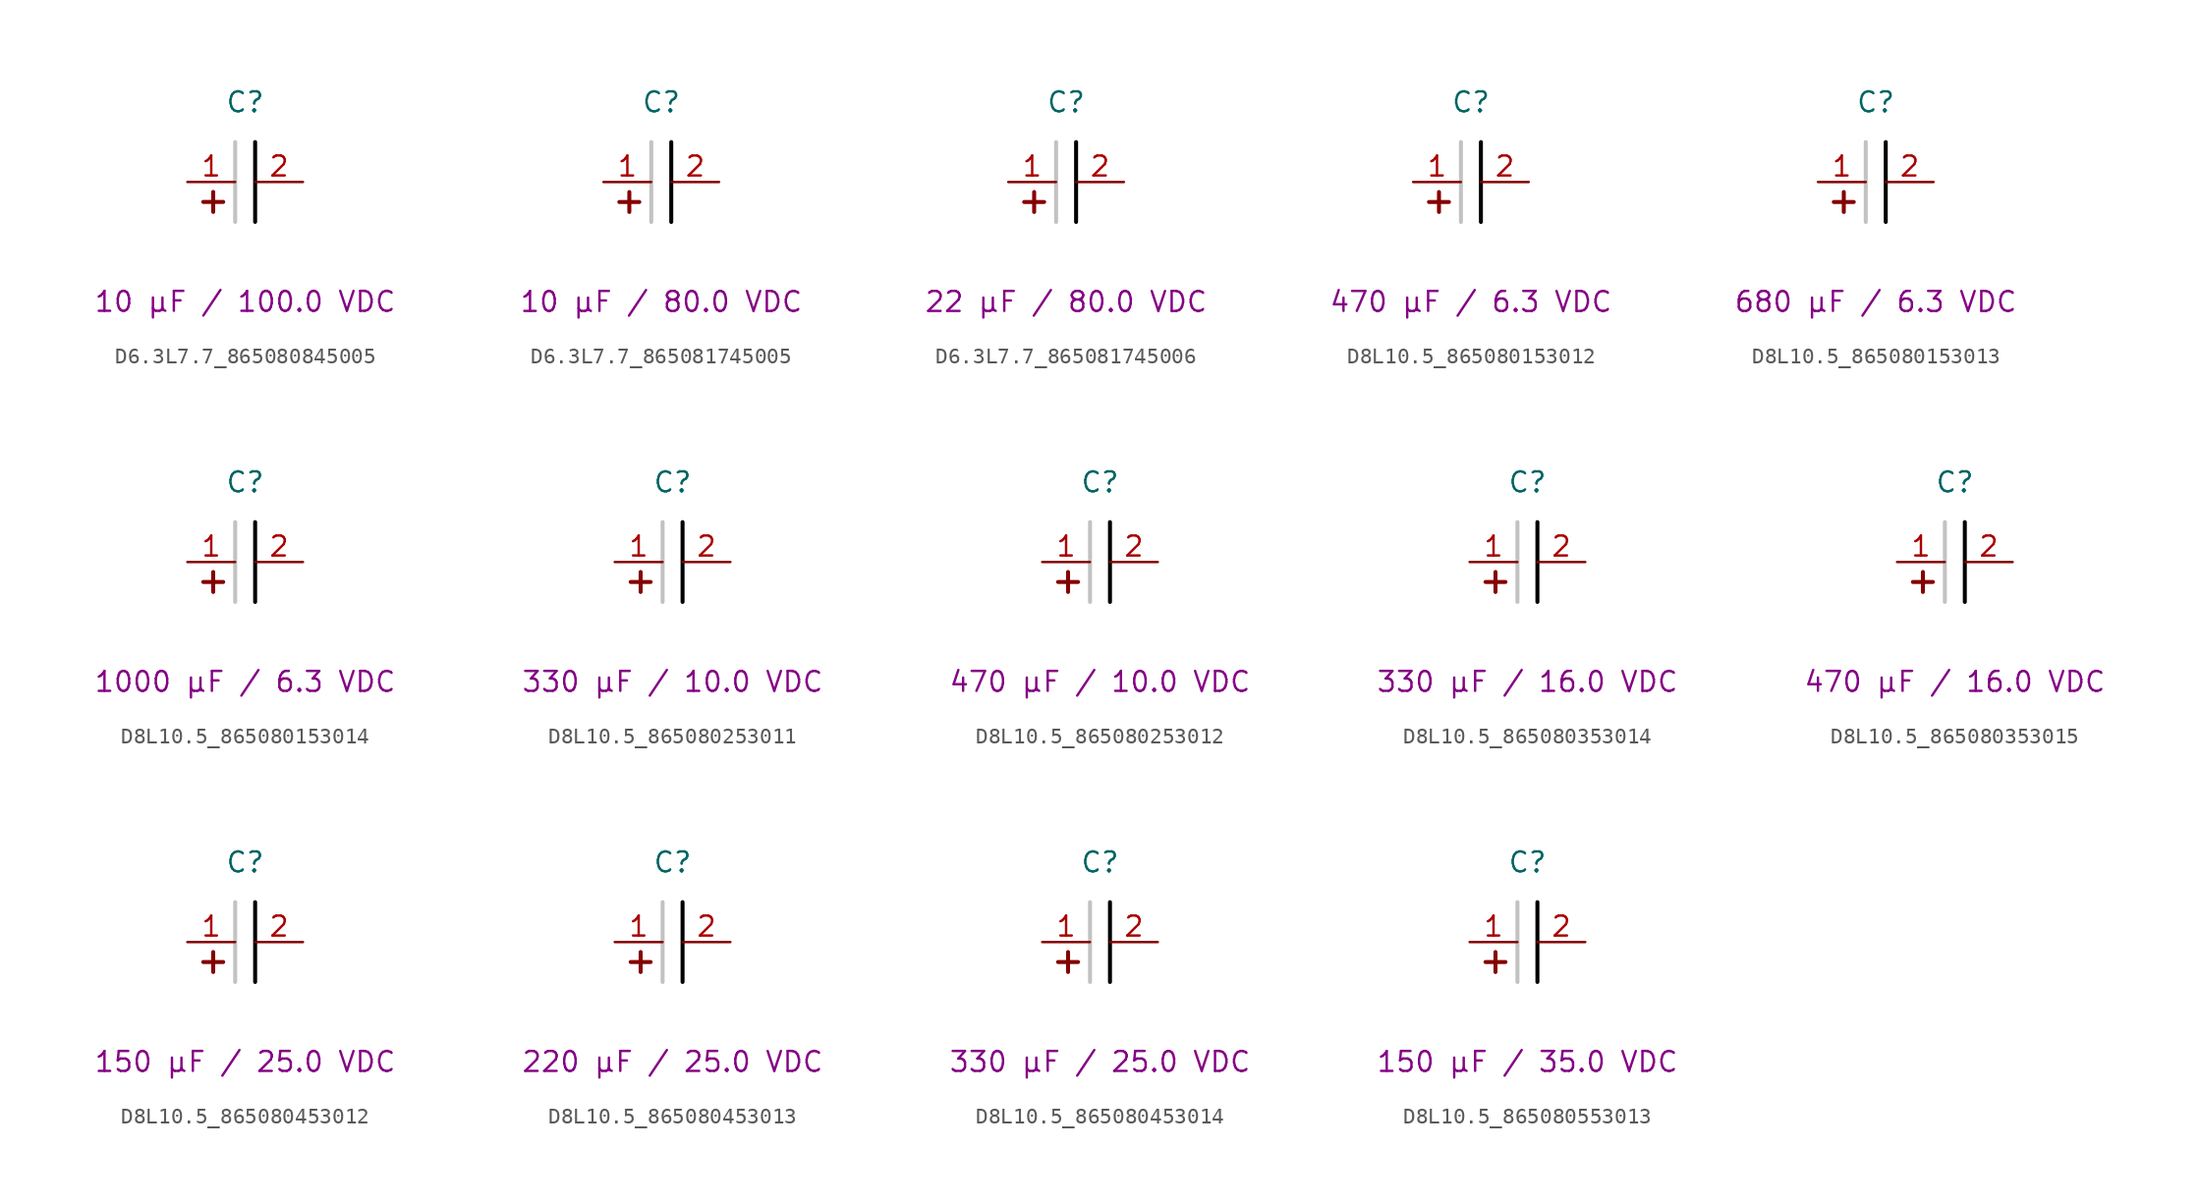
<source format=kicad_sym>
(kicad_symbol_lib
  (version 20220914)
  (generator kicad_symbol_editor)
  (symbol "D6.3L7.7_865080845005"
    (pin_names hide)
    (property "Reference" "C"
      (at 0 5.08 0)
      (effects (font (size 1.27 1.27))))
    (property "Critical Parameter" "10 µF / 100.0 VDC"
      (at 0 -7.62 0)
      (effects (font (size 1.27 1.27))))
    (symbol "D6.3L7.7_865080845005_1_1"
      (polyline (pts (xy -2.667 -1.27) (xy -1.397 -1.27)) (stroke (width 0.254) (type default)) (fill (type none)))
      (polyline (pts (xy -2.032 -0.635) (xy -2.032 -1.905)) (stroke (width 0.254) (type default)) (fill (type none)))
      (polyline (pts (xy -0.635 2.54) (xy -0.635 -2.54)) (stroke (width 0.254) (type default) (color 194 194 194 1)) (fill (type none)))
      (polyline (pts (xy 0.635 2.54) (xy 0.635 -2.54)) (stroke (width 0.254) (type default) (color 0 0 0 1)) (fill (type none)))
      (pin passive line (at -3.679 0 0) (length 3.044) (name "1" (effects (font (size 1.27 1.27)))) (number "1" (effects (font (size 1.27 1.27)))))
      (pin passive line (at 3.679 0 180) (length 3.044) (name "2" (effects (font (size 1.27 1.27)))) (number "2" (effects (font (size 1.27 1.27)))))))
  (symbol "D6.3L7.7_865081745005"
    (pin_names hide)
    (property "Reference" "C"
      (at 0 5.08 0)
      (effects (font (size 1.27 1.27))))
    (property "Critical Parameter" "10 µF / 80.0 VDC"
      (at 0 -7.62 0)
      (effects (font (size 1.27 1.27))))
    (symbol "D6.3L7.7_865081745005_1_1"
      (polyline (pts (xy -2.667 -1.27) (xy -1.397 -1.27)) (stroke (width 0.254) (type default)) (fill (type none)))
      (polyline (pts (xy -2.032 -0.635) (xy -2.032 -1.905)) (stroke (width 0.254) (type default)) (fill (type none)))
      (polyline (pts (xy -0.635 2.54) (xy -0.635 -2.54)) (stroke (width 0.254) (type default) (color 194 194 194 1)) (fill (type none)))
      (polyline (pts (xy 0.635 2.54) (xy 0.635 -2.54)) (stroke (width 0.254) (type default) (color 0 0 0 1)) (fill (type none)))
      (pin passive line (at -3.679 0 0) (length 3.044) (name "1" (effects (font (size 1.27 1.27)))) (number "1" (effects (font (size 1.27 1.27)))))
      (pin passive line (at 3.679 0 180) (length 3.044) (name "2" (effects (font (size 1.27 1.27)))) (number "2" (effects (font (size 1.27 1.27)))))))
  (symbol "D6.3L7.7_865081745006"
    (pin_names hide)
    (property "Reference" "C"
      (at 0 5.08 0)
      (effects (font (size 1.27 1.27))))
    (property "Critical Parameter" "22 µF / 80.0 VDC"
      (at 0 -7.62 0)
      (effects (font (size 1.27 1.27))))
    (symbol "D6.3L7.7_865081745006_1_1"
      (polyline (pts (xy -2.667 -1.27) (xy -1.397 -1.27)) (stroke (width 0.254) (type default)) (fill (type none)))
      (polyline (pts (xy -2.032 -0.635) (xy -2.032 -1.905)) (stroke (width 0.254) (type default)) (fill (type none)))
      (polyline (pts (xy -0.635 2.54) (xy -0.635 -2.54)) (stroke (width 0.254) (type default) (color 194 194 194 1)) (fill (type none)))
      (polyline (pts (xy 0.635 2.54) (xy 0.635 -2.54)) (stroke (width 0.254) (type default) (color 0 0 0 1)) (fill (type none)))
      (pin passive line (at -3.679 0 0) (length 3.044) (name "1" (effects (font (size 1.27 1.27)))) (number "1" (effects (font (size 1.27 1.27)))))
      (pin passive line (at 3.679 0 180) (length 3.044) (name "2" (effects (font (size 1.27 1.27)))) (number "2" (effects (font (size 1.27 1.27)))))))
  (symbol "D8L10.5_865080153012"
    (pin_names hide)
    (property "Reference" "C"
      (at 0 5.08 0)
      (effects (font (size 1.27 1.27))))
    (property "Critical Parameter" "470 µF / 6.3 VDC"
      (at 0 -7.62 0)
      (effects (font (size 1.27 1.27))))
    (symbol "D8L10.5_865080153012_1_1"
      (polyline (pts (xy -2.667 -1.27) (xy -1.397 -1.27)) (stroke (width 0.254) (type default)) (fill (type none)))
      (polyline (pts (xy -2.032 -0.635) (xy -2.032 -1.905)) (stroke (width 0.254) (type default)) (fill (type none)))
      (polyline (pts (xy -0.635 2.54) (xy -0.635 -2.54)) (stroke (width 0.254) (type default) (color 194 194 194 1)) (fill (type none)))
      (polyline (pts (xy 0.635 2.54) (xy 0.635 -2.54)) (stroke (width 0.254) (type default) (color 0 0 0 1)) (fill (type none)))
      (pin passive line (at -3.679 0 0) (length 3.044) (name "1" (effects (font (size 1.27 1.27)))) (number "1" (effects (font (size 1.27 1.27)))))
      (pin passive line (at 3.679 0 180) (length 3.044) (name "2" (effects (font (size 1.27 1.27)))) (number "2" (effects (font (size 1.27 1.27)))))))
  (symbol "D8L10.5_865080153013"
    (pin_names hide)
    (property "Reference" "C"
      (at 0 5.08 0)
      (effects (font (size 1.27 1.27))))
    (property "Critical Parameter" "680 µF / 6.3 VDC"
      (at 0 -7.62 0)
      (effects (font (size 1.27 1.27))))
    (symbol "D8L10.5_865080153013_1_1"
      (polyline (pts (xy -2.667 -1.27) (xy -1.397 -1.27)) (stroke (width 0.254) (type default)) (fill (type none)))
      (polyline (pts (xy -2.032 -0.635) (xy -2.032 -1.905)) (stroke (width 0.254) (type default)) (fill (type none)))
      (polyline (pts (xy -0.635 2.54) (xy -0.635 -2.54)) (stroke (width 0.254) (type default) (color 194 194 194 1)) (fill (type none)))
      (polyline (pts (xy 0.635 2.54) (xy 0.635 -2.54)) (stroke (width 0.254) (type default) (color 0 0 0 1)) (fill (type none)))
      (pin passive line (at -3.679 0 0) (length 3.044) (name "1" (effects (font (size 1.27 1.27)))) (number "1" (effects (font (size 1.27 1.27)))))
      (pin passive line (at 3.679 0 180) (length 3.044) (name "2" (effects (font (size 1.27 1.27)))) (number "2" (effects (font (size 1.27 1.27)))))))
  (symbol "D8L10.5_865080153014"
    (pin_names hide)
    (property "Reference" "C"
      (at 0 5.08 0)
      (effects (font (size 1.27 1.27))))
    (property "Critical Parameter" "1000 µF / 6.3 VDC"
      (at 0 -7.62 0)
      (effects (font (size 1.27 1.27))))
    (symbol "D8L10.5_865080153014_1_1"
      (polyline (pts (xy -2.667 -1.27) (xy -1.397 -1.27)) (stroke (width 0.254) (type default)) (fill (type none)))
      (polyline (pts (xy -2.032 -0.635) (xy -2.032 -1.905)) (stroke (width 0.254) (type default)) (fill (type none)))
      (polyline (pts (xy -0.635 2.54) (xy -0.635 -2.54)) (stroke (width 0.254) (type default) (color 194 194 194 1)) (fill (type none)))
      (polyline (pts (xy 0.635 2.54) (xy 0.635 -2.54)) (stroke (width 0.254) (type default) (color 0 0 0 1)) (fill (type none)))
      (pin passive line (at -3.679 0 0) (length 3.044) (name "1" (effects (font (size 1.27 1.27)))) (number "1" (effects (font (size 1.27 1.27)))))
      (pin passive line (at 3.679 0 180) (length 3.044) (name "2" (effects (font (size 1.27 1.27)))) (number "2" (effects (font (size 1.27 1.27)))))))
  (symbol "D8L10.5_865080253011"
    (pin_names hide)
    (property "Reference" "C"
      (at 0 5.08 0)
      (effects (font (size 1.27 1.27))))
    (property "Critical Parameter" "330 µF / 10.0 VDC"
      (at 0 -7.62 0)
      (effects (font (size 1.27 1.27))))
    (symbol "D8L10.5_865080253011_1_1"
      (polyline (pts (xy -2.667 -1.27) (xy -1.397 -1.27)) (stroke (width 0.254) (type default)) (fill (type none)))
      (polyline (pts (xy -2.032 -0.635) (xy -2.032 -1.905)) (stroke (width 0.254) (type default)) (fill (type none)))
      (polyline (pts (xy -0.635 2.54) (xy -0.635 -2.54)) (stroke (width 0.254) (type default) (color 194 194 194 1)) (fill (type none)))
      (polyline (pts (xy 0.635 2.54) (xy 0.635 -2.54)) (stroke (width 0.254) (type default) (color 0 0 0 1)) (fill (type none)))
      (pin passive line (at -3.679 0 0) (length 3.044) (name "1" (effects (font (size 1.27 1.27)))) (number "1" (effects (font (size 1.27 1.27)))))
      (pin passive line (at 3.679 0 180) (length 3.044) (name "2" (effects (font (size 1.27 1.27)))) (number "2" (effects (font (size 1.27 1.27)))))))
  (symbol "D8L10.5_865080253012"
    (pin_names hide)
    (property "Reference" "C"
      (at 0 5.08 0)
      (effects (font (size 1.27 1.27))))
    (property "Critical Parameter" "470 µF / 10.0 VDC"
      (at 0 -7.62 0)
      (effects (font (size 1.27 1.27))))
    (symbol "D8L10.5_865080253012_1_1"
      (polyline (pts (xy -2.667 -1.27) (xy -1.397 -1.27)) (stroke (width 0.254) (type default)) (fill (type none)))
      (polyline (pts (xy -2.032 -0.635) (xy -2.032 -1.905)) (stroke (width 0.254) (type default)) (fill (type none)))
      (polyline (pts (xy -0.635 2.54) (xy -0.635 -2.54)) (stroke (width 0.254) (type default) (color 194 194 194 1)) (fill (type none)))
      (polyline (pts (xy 0.635 2.54) (xy 0.635 -2.54)) (stroke (width 0.254) (type default) (color 0 0 0 1)) (fill (type none)))
      (pin passive line (at -3.679 0 0) (length 3.044) (name "1" (effects (font (size 1.27 1.27)))) (number "1" (effects (font (size 1.27 1.27)))))
      (pin passive line (at 3.679 0 180) (length 3.044) (name "2" (effects (font (size 1.27 1.27)))) (number "2" (effects (font (size 1.27 1.27)))))))
  (symbol "D8L10.5_865080353014"
    (pin_names hide)
    (property "Reference" "C"
      (at 0 5.08 0)
      (effects (font (size 1.27 1.27))))
    (property "Critical Parameter" "330 µF / 16.0 VDC"
      (at 0 -7.62 0)
      (effects (font (size 1.27 1.27))))
    (symbol "D8L10.5_865080353014_1_1"
      (polyline (pts (xy -2.667 -1.27) (xy -1.397 -1.27)) (stroke (width 0.254) (type default)) (fill (type none)))
      (polyline (pts (xy -2.032 -0.635) (xy -2.032 -1.905)) (stroke (width 0.254) (type default)) (fill (type none)))
      (polyline (pts (xy -0.635 2.54) (xy -0.635 -2.54)) (stroke (width 0.254) (type default) (color 194 194 194 1)) (fill (type none)))
      (polyline (pts (xy 0.635 2.54) (xy 0.635 -2.54)) (stroke (width 0.254) (type default) (color 0 0 0 1)) (fill (type none)))
      (pin passive line (at -3.679 0 0) (length 3.044) (name "1" (effects (font (size 1.27 1.27)))) (number "1" (effects (font (size 1.27 1.27)))))
      (pin passive line (at 3.679 0 180) (length 3.044) (name "2" (effects (font (size 1.27 1.27)))) (number "2" (effects (font (size 1.27 1.27)))))))
  (symbol "D8L10.5_865080353015"
    (pin_names hide)
    (property "Reference" "C"
      (at 0 5.08 0)
      (effects (font (size 1.27 1.27))))
    (property "Critical Parameter" "470 µF / 16.0 VDC"
      (at 0 -7.62 0)
      (effects (font (size 1.27 1.27))))
    (symbol "D8L10.5_865080353015_1_1"
      (polyline (pts (xy -2.667 -1.27) (xy -1.397 -1.27)) (stroke (width 0.254) (type default)) (fill (type none)))
      (polyline (pts (xy -2.032 -0.635) (xy -2.032 -1.905)) (stroke (width 0.254) (type default)) (fill (type none)))
      (polyline (pts (xy -0.635 2.54) (xy -0.635 -2.54)) (stroke (width 0.254) (type default) (color 194 194 194 1)) (fill (type none)))
      (polyline (pts (xy 0.635 2.54) (xy 0.635 -2.54)) (stroke (width 0.254) (type default) (color 0 0 0 1)) (fill (type none)))
      (pin passive line (at -3.679 0 0) (length 3.044) (name "1" (effects (font (size 1.27 1.27)))) (number "1" (effects (font (size 1.27 1.27)))))
      (pin passive line (at 3.679 0 180) (length 3.044) (name "2" (effects (font (size 1.27 1.27)))) (number "2" (effects (font (size 1.27 1.27)))))))
  (symbol "D8L10.5_865080453012"
    (pin_names hide)
    (property "Reference" "C"
      (at 0 5.08 0)
      (effects (font (size 1.27 1.27))))
    (property "Critical Parameter" "150 µF / 25.0 VDC"
      (at 0 -7.62 0)
      (effects (font (size 1.27 1.27))))
    (symbol "D8L10.5_865080453012_1_1"
      (polyline (pts (xy -2.667 -1.27) (xy -1.397 -1.27)) (stroke (width 0.254) (type default)) (fill (type none)))
      (polyline (pts (xy -2.032 -0.635) (xy -2.032 -1.905)) (stroke (width 0.254) (type default)) (fill (type none)))
      (polyline (pts (xy -0.635 2.54) (xy -0.635 -2.54)) (stroke (width 0.254) (type default) (color 194 194 194 1)) (fill (type none)))
      (polyline (pts (xy 0.635 2.54) (xy 0.635 -2.54)) (stroke (width 0.254) (type default) (color 0 0 0 1)) (fill (type none)))
      (pin passive line (at -3.679 0 0) (length 3.044) (name "1" (effects (font (size 1.27 1.27)))) (number "1" (effects (font (size 1.27 1.27)))))
      (pin passive line (at 3.679 0 180) (length 3.044) (name "2" (effects (font (size 1.27 1.27)))) (number "2" (effects (font (size 1.27 1.27)))))))
  (symbol "D8L10.5_865080453013"
    (pin_names hide)
    (property "Reference" "C"
      (at 0 5.08 0)
      (effects (font (size 1.27 1.27))))
    (property "Critical Parameter" "220 µF / 25.0 VDC"
      (at 0 -7.62 0)
      (effects (font (size 1.27 1.27))))
    (symbol "D8L10.5_865080453013_1_1"
      (polyline (pts (xy -2.667 -1.27) (xy -1.397 -1.27)) (stroke (width 0.254) (type default)) (fill (type none)))
      (polyline (pts (xy -2.032 -0.635) (xy -2.032 -1.905)) (stroke (width 0.254) (type default)) (fill (type none)))
      (polyline (pts (xy -0.635 2.54) (xy -0.635 -2.54)) (stroke (width 0.254) (type default) (color 194 194 194 1)) (fill (type none)))
      (polyline (pts (xy 0.635 2.54) (xy 0.635 -2.54)) (stroke (width 0.254) (type default) (color 0 0 0 1)) (fill (type none)))
      (pin passive line (at -3.679 0 0) (length 3.044) (name "1" (effects (font (size 1.27 1.27)))) (number "1" (effects (font (size 1.27 1.27)))))
      (pin passive line (at 3.679 0 180) (length 3.044) (name "2" (effects (font (size 1.27 1.27)))) (number "2" (effects (font (size 1.27 1.27)))))))
  (symbol "D8L10.5_865080453014"
    (pin_names hide)
    (property "Reference" "C"
      (at 0 5.08 0)
      (effects (font (size 1.27 1.27))))
    (property "Critical Parameter" "330 µF / 25.0 VDC"
      (at 0 -7.62 0)
      (effects (font (size 1.27 1.27))))
    (symbol "D8L10.5_865080453014_1_1"
      (polyline (pts (xy -2.667 -1.27) (xy -1.397 -1.27)) (stroke (width 0.254) (type default)) (fill (type none)))
      (polyline (pts (xy -2.032 -0.635) (xy -2.032 -1.905)) (stroke (width 0.254) (type default)) (fill (type none)))
      (polyline (pts (xy -0.635 2.54) (xy -0.635 -2.54)) (stroke (width 0.254) (type default) (color 194 194 194 1)) (fill (type none)))
      (polyline (pts (xy 0.635 2.54) (xy 0.635 -2.54)) (stroke (width 0.254) (type default) (color 0 0 0 1)) (fill (type none)))
      (pin passive line (at -3.679 0 0) (length 3.044) (name "1" (effects (font (size 1.27 1.27)))) (number "1" (effects (font (size 1.27 1.27)))))
      (pin passive line (at 3.679 0 180) (length 3.044) (name "2" (effects (font (size 1.27 1.27)))) (number "2" (effects (font (size 1.27 1.27)))))))
  (symbol "D8L10.5_865080553013"
    (pin_names hide)
    (property "Reference" "C"
      (at 0 5.08 0)
      (effects (font (size 1.27 1.27))))
    (property "Critical Parameter" "150 µF / 35.0 VDC"
      (at 0 -7.62 0)
      (effects (font (size 1.27 1.27))))
    (symbol "D8L10.5_865080553013_1_1"
      (polyline (pts (xy -2.667 -1.27) (xy -1.397 -1.27)) (stroke (width 0.254) (type default)) (fill (type none)))
      (polyline (pts (xy -2.032 -0.635) (xy -2.032 -1.905)) (stroke (width 0.254) (type default)) (fill (type none)))
      (polyline (pts (xy -0.635 2.54) (xy -0.635 -2.54)) (stroke (width 0.254) (type default) (color 194 194 194 1)) (fill (type none)))
      (polyline (pts (xy 0.635 2.54) (xy 0.635 -2.54)) (stroke (width 0.254) (type default) (color 0 0 0 1)) (fill (type none)))
      (pin passive line (at -3.679 0 0) (length 3.044) (name "1" (effects (font (size 1.27 1.27)))) (number "1" (effects (font (size 1.27 1.27)))))
      (pin passive line (at 3.679 0 180) (length 3.044) (name "2" (effects (font (size 1.27 1.27)))) (number "2" (effects (font (size 1.27 1.27))))))))
</source>
